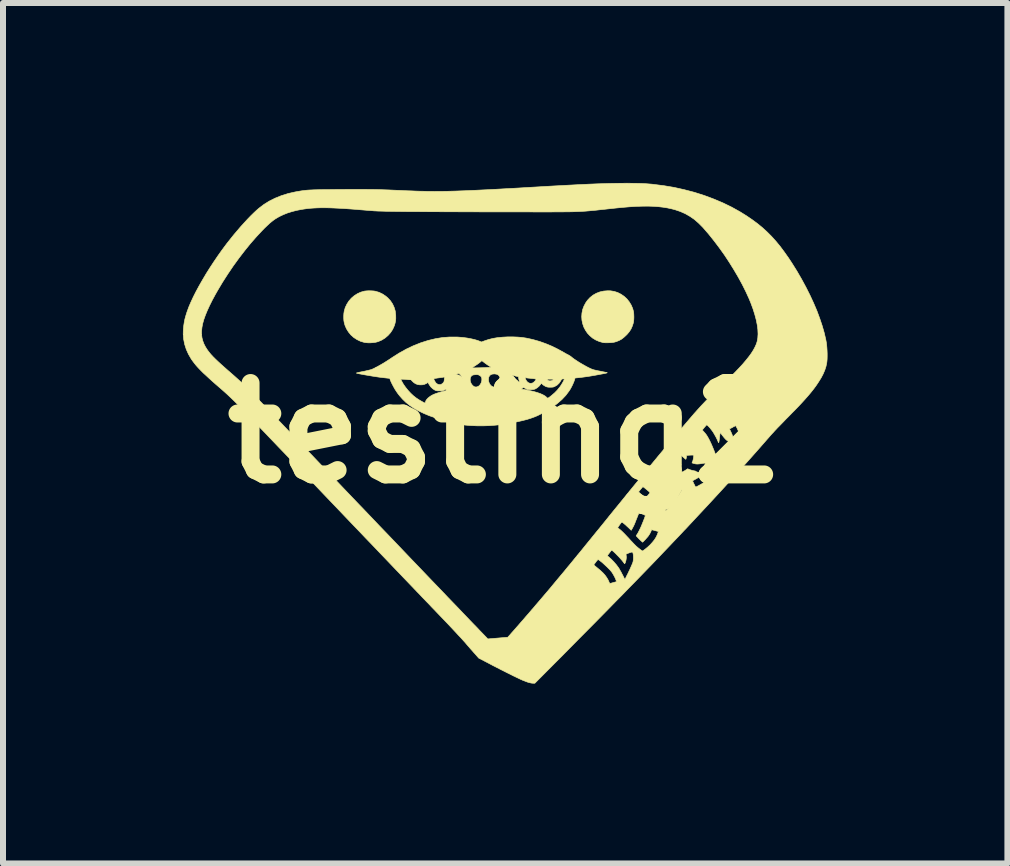
<source format=kicad_pcb>
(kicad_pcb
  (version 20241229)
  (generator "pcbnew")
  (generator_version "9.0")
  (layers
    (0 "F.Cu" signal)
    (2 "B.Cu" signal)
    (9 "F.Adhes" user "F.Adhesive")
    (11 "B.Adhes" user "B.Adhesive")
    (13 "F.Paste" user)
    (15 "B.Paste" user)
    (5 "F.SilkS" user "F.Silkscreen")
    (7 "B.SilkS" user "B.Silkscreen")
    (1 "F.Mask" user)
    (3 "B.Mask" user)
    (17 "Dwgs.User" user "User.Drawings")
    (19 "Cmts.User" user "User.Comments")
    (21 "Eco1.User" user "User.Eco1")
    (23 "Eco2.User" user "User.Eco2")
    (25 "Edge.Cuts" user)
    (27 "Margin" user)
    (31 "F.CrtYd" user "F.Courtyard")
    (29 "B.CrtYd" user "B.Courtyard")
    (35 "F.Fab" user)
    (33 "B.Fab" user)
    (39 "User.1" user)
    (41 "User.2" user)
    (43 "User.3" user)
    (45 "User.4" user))
  (footprint "testing2"
    (layer "F.Cu")
    (at 5.373 4.171)
    (property "Reference" "testing2" (at 0 0 0) (layer "F.SilkS") (effects (font (size 1.524 1.524) (thickness 0.3))))
    (attr through_hole)
    (fp_poly (pts (xy 1.757 -2.372) (xy 1.818 -2.362) (xy 1.877 -2.343) (xy 1.932 -2.315) (xy 1.983 -2.28) (xy 2.029 -2.238) (xy 2.068 -2.189) (xy 2.101 -2.135) (xy 2.126 -2.077) (xy 2.139 -2.029) (xy 2.143 -2.003) (xy 2.145 -1.97) (xy 2.146 -1.934) (xy 2.145 -1.898) (xy 2.142 -1.866) (xy 2.137 -1.839) (xy 2.137 -1.837) (xy 2.119 -1.782) (xy 2.098 -1.735) (xy 2.07 -1.691) (xy 2.035 -1.649) (xy 2.017 -1.631) (xy 1.978 -1.595) (xy 1.94 -1.566) (xy 1.9 -1.544) (xy 1.855 -1.526) (xy 1.821 -1.516) (xy 1.8 -1.512) (xy 1.773 -1.509) (xy 1.741 -1.507) (xy 1.708 -1.506) (xy 1.676 -1.506) (xy 1.65 -1.507) (xy 1.633 -1.509) (xy 1.569 -1.527) (xy 1.511 -1.552) (xy 1.458 -1.584) (xy 1.412 -1.623) (xy 1.371 -1.667) (xy 1.338 -1.716) (xy 1.311 -1.768) (xy 1.292 -1.824) (xy 1.28 -1.881) (xy 1.276 -1.941) (xy 1.28 -2) (xy 1.292 -2.06) (xy 1.314 -2.118) (xy 1.344 -2.174) (xy 1.372 -2.214) (xy 1.416 -2.261) (xy 1.465 -2.3) (xy 1.52 -2.331) (xy 1.58 -2.354) (xy 1.644 -2.368) (xy 1.711 -2.373) (xy 1.757 -2.372)) (stroke (width 0.01) (type solid)) (fill yes) (layer "F.SilkS"))
    (fp_poly (pts (xy -2.235 -2.372) (xy -2.198 -2.37) (xy -2.167 -2.366) (xy -2.165 -2.365) (xy -2.103 -2.347) (xy -2.045 -2.319) (xy -1.991 -2.283) (xy -1.957 -2.254) (xy -1.912 -2.205) (xy -1.877 -2.152) (xy -1.851 -2.095) (xy -1.833 -2.035) (xy -1.825 -1.969) (xy -1.825 -1.962) (xy -1.824 -1.915) (xy -1.827 -1.874) (xy -1.835 -1.835) (xy -1.846 -1.796) (xy -1.85 -1.786) (xy -1.876 -1.729) (xy -1.911 -1.675) (xy -1.953 -1.628) (xy -2.002 -1.586) (xy -2.056 -1.552) (xy -2.116 -1.526) (xy -2.14 -1.519) (xy -2.169 -1.512) (xy -2.206 -1.508) (xy -2.246 -1.505) (xy -2.285 -1.505) (xy -2.321 -1.508) (xy -2.349 -1.512) (xy -2.413 -1.531) (xy -2.471 -1.559) (xy -2.525 -1.594) (xy -2.573 -1.637) (xy -2.613 -1.686) (xy -2.647 -1.741) (xy -2.672 -1.8) (xy -2.685 -1.849) (xy -2.69 -1.879) (xy -2.692 -1.916) (xy -2.692 -1.955) (xy -2.69 -1.992) (xy -2.685 -2.025) (xy -2.684 -2.031) (xy -2.667 -2.092) (xy -2.64 -2.149) (xy -2.606 -2.202) (xy -2.565 -2.249) (xy -2.517 -2.29) (xy -2.464 -2.324) (xy -2.407 -2.35) (xy -2.346 -2.367) (xy -2.34 -2.368) (xy -2.31 -2.371) (xy -2.273 -2.373) (xy -2.235 -2.372)) (stroke (width 0.01) (type solid)) (fill yes) (layer "F.SilkS"))
    (fp_poly (pts (xy 0.204 -1.601) (xy 0.277 -1.595) (xy 0.35 -1.584) (xy 0.425 -1.568) (xy 0.475 -1.556) (xy 0.576 -1.527) (xy 0.679 -1.49) (xy 0.782 -1.447) (xy 0.881 -1.398) (xy 0.975 -1.346) (xy 0.998 -1.333) (xy 1.022 -1.319) (xy 1.044 -1.308) (xy 1.05 -1.305) (xy 1.071 -1.293) (xy 1.093 -1.279) (xy 1.106 -1.268) (xy 1.127 -1.251) (xy 1.156 -1.23) (xy 1.191 -1.207) (xy 1.229 -1.182) (xy 1.271 -1.157) (xy 1.313 -1.133) (xy 1.354 -1.11) (xy 1.392 -1.09) (xy 1.405 -1.084) (xy 1.424 -1.075) (xy 1.44 -1.068) (xy 1.456 -1.062) (xy 1.474 -1.056) (xy 1.494 -1.051) (xy 1.52 -1.045) (xy 1.553 -1.038) (xy 1.58 -1.033) (xy 1.614 -1.026) (xy 1.644 -1.02) (xy 1.669 -1.015) (xy 1.688 -1.011) (xy 1.699 -1.008) (xy 1.701 -1.008) (xy 1.702 -1.006) (xy 1.7 -1.005) (xy 1.695 -1.003) (xy 1.685 -1) (xy 1.669 -0.996) (xy 1.647 -0.992) (xy 1.617 -0.986) (xy 1.578 -0.979) (xy 1.563 -0.976) (xy 1.499 -0.964) (xy 1.435 -0.953) (xy 1.373 -0.943) (xy 1.314 -0.935) (xy 1.26 -0.928) (xy 1.214 -0.923) (xy 1.204 -0.922) (xy 1.165 -0.918) (xy 1.156 -0.886) (xy 1.147 -0.86) (xy 1.134 -0.829) (xy 1.118 -0.794) (xy 1.1 -0.759) (xy 1.082 -0.727) (xy 1.067 -0.704) (xy 1.011 -0.629) (xy 0.945 -0.559) (xy 0.87 -0.494) (xy 0.787 -0.434) (xy 0.725 -0.395) (xy 0.7 -0.381) (xy 0.675 -0.366) (xy 0.653 -0.352) (xy 0.639 -0.344) (xy 0.59 -0.316) (xy 0.54 -0.291) (xy 0.487 -0.269) (xy 0.429 -0.248) (xy 0.366 -0.228) (xy 0.296 -0.21) (xy 0.218 -0.192) (xy 0.135 -0.175) (xy 0.027 -0.156) (xy -0.074 -0.141) (xy -0.171 -0.131) (xy -0.266 -0.124) (xy -0.362 -0.121) (xy -0.462 -0.121) (xy -0.513 -0.123) (xy -0.585 -0.126) (xy -0.654 -0.132) (xy -0.721 -0.14) (xy -0.787 -0.151) (xy -0.856 -0.165) (xy -0.927 -0.182) (xy -1.003 -0.203) (xy -1.085 -0.228) (xy -1.163 -0.254) (xy -1.266 -0.29) (xy -1.359 -0.329) (xy -1.444 -0.37) (xy -1.52 -0.413) (xy -1.59 -0.46) (xy -1.653 -0.51) (xy -1.71 -0.565) (xy -1.762 -0.624) (xy -1.787 -0.656) (xy -1.813 -0.693) (xy -1.84 -0.735) (xy -1.864 -0.778) (xy -1.886 -0.82) (xy -1.905 -0.859) (xy -1.918 -0.893) (xy -1.919 -0.897) (xy -1.92 -0.899) (xy -1.743 -0.899) (xy -1.725 -0.865) (xy -1.697 -0.815) (xy -1.661 -0.764) (xy -1.62 -0.713) (xy -1.576 -0.665) (xy -1.53 -0.622) (xy -1.485 -0.587) (xy -1.481 -0.584) (xy -1.457 -0.568) (xy -1.432 -0.552) (xy -1.406 -0.537) (xy -1.383 -0.524) (xy -1.363 -0.513) (xy -1.347 -0.505) (xy -1.338 -0.502) (xy -1.336 -0.502) (xy -1.333 -0.509) (xy -1.328 -0.521) (xy -1.326 -0.528) (xy -1.32 -0.544) (xy -1.308 -0.561) (xy -1.29 -0.58) (xy -1.289 -0.582) (xy -1.262 -0.604) (xy -1.232 -0.625) (xy -1.197 -0.643) (xy -1.155 -0.66) (xy -1.105 -0.676) (xy -1.047 -0.692) (xy -1.035 -0.695) (xy -0.961 -0.714) (xy -0.97 -0.725) (xy -0.977 -0.733) (xy 0.27 -0.733) (xy 0.34 -0.722) (xy 0.411 -0.708) (xy 0.476 -0.693) (xy 0.535 -0.676) (xy 0.587 -0.658) (xy 0.631 -0.638) (xy 0.667 -0.617) (xy 0.693 -0.595) (xy 0.693 -0.595) (xy 0.699 -0.588) (xy 0.705 -0.584) (xy 0.711 -0.584) (xy 0.72 -0.587) (xy 0.731 -0.594) (xy 0.748 -0.607) (xy 0.771 -0.625) (xy 0.777 -0.63) (xy 0.826 -0.672) (xy 0.869 -0.716) (xy 0.908 -0.765) (xy 0.914 -0.772) (xy 0.927 -0.791) (xy 0.941 -0.813) (xy 0.955 -0.836) (xy 0.967 -0.858) (xy 0.977 -0.877) (xy 0.984 -0.892) (xy 0.986 -0.899) (xy 0.981 -0.903) (xy 0.967 -0.903) (xy 0.964 -0.903) (xy 0.952 -0.902) (xy 0.944 -0.898) (xy 0.937 -0.891) (xy 0.929 -0.877) (xy 0.926 -0.871) (xy 0.899 -0.832) (xy 0.867 -0.801) (xy 0.833 -0.781) (xy 0.817 -0.773) (xy 0.803 -0.768) (xy 0.788 -0.766) (xy 0.769 -0.765) (xy 0.752 -0.765) (xy 0.727 -0.765) (xy 0.71 -0.767) (xy 0.695 -0.77) (xy 0.679 -0.776) (xy 0.672 -0.779) (xy 0.653 -0.79) (xy 0.633 -0.803) (xy 0.622 -0.813) (xy 0.603 -0.833) (xy 0.589 -0.811) (xy 0.565 -0.782) (xy 0.535 -0.756) (xy 0.504 -0.737) (xy 0.488 -0.731) (xy 0.474 -0.727) (xy 0.457 -0.725) (xy 0.435 -0.724) (xy 0.426 -0.724) (xy 0.403 -0.724) (xy 0.386 -0.725) (xy 0.372 -0.728) (xy 0.358 -0.734) (xy 0.34 -0.743) (xy 0.303 -0.762) (xy 0.27 -0.733) (xy -0.977 -0.733) (xy -0.979 -0.736) (xy -1.011 -0.72) (xy -1.027 -0.712) (xy -1.04 -0.708) (xy -1.053 -0.705) (xy -1.07 -0.704) (xy -1.094 -0.704) (xy -1.119 -0.704) (xy -1.137 -0.705) (xy -1.151 -0.708) (xy -1.164 -0.713) (xy -1.175 -0.718) (xy -1.209 -0.74) (xy -1.24 -0.77) (xy -1.266 -0.806) (xy -1.269 -0.812) (xy -1.278 -0.827) (xy -1.284 -0.839) (xy -1.288 -0.843) (xy -1.288 -0.843) (xy -1.293 -0.841) (xy -1.303 -0.834) (xy -1.309 -0.83) (xy -1.342 -0.814) (xy -1.382 -0.805) (xy -1.422 -0.804) (xy -1.461 -0.81) (xy -1.495 -0.823) (xy -1.526 -0.844) (xy -1.546 -0.863) (xy -1.574 -0.892) (xy -1.658 -0.896) (xy -1.743 -0.899) (xy -1.92 -0.899) (xy -1.92 -0.901) (xy -1.189 -0.901) (xy -1.186 -0.89) (xy -1.178 -0.874) (xy -1.168 -0.856) (xy -1.157 -0.84) (xy -1.15 -0.832) (xy -1.127 -0.816) (xy -1.102 -0.808) (xy -1.077 -0.809) (xy -1.063 -0.815) (xy -1.051 -0.823) (xy -1.037 -0.835) (xy -1.033 -0.839) (xy -1.025 -0.849) (xy -1.02 -0.859) (xy -1.018 -0.868) (xy -0.908 -0.868) (xy -0.902 -0.833) (xy -0.888 -0.8) (xy -0.876 -0.783) (xy -0.852 -0.761) (xy -0.828 -0.749) (xy -0.803 -0.748) (xy -0.781 -0.754) (xy -0.764 -0.764) (xy -0.009 -0.764) (xy -0.007 -0.759) (xy 0.003 -0.757) (xy 0.008 -0.757) (xy 0.026 -0.757) (xy 0.014 -0.772) (xy 0.003 -0.788) (xy -0.003 -0.776) (xy -0.009 -0.764) (xy -0.764 -0.764) (xy -0.762 -0.766) (xy -0.743 -0.785) (xy -0.728 -0.809) (xy -0.718 -0.833) (xy -0.713 -0.867) (xy -0.715 -0.903) (xy -0.716 -0.905) (xy -0.583 -0.905) (xy -0.583 -0.878) (xy -0.577 -0.85) (xy -0.565 -0.823) (xy -0.547 -0.799) (xy -0.525 -0.779) (xy -0.521 -0.776) (xy -0.5 -0.769) (xy -0.476 -0.769) (xy -0.452 -0.777) (xy -0.438 -0.786) (xy -0.417 -0.808) (xy -0.401 -0.836) (xy -0.391 -0.868) (xy -0.389 -0.892) (xy -0.389 -0.892) (xy -0.279 -0.892) (xy -0.274 -0.856) (xy -0.261 -0.823) (xy -0.24 -0.795) (xy -0.221 -0.78) (xy -0.197 -0.769) (xy -0.171 -0.769) (xy -0.146 -0.777) (xy -0.133 -0.786) (xy -0.112 -0.809) (xy -0.096 -0.838) (xy -0.086 -0.871) (xy -0.084 -0.894) (xy -0.088 -0.926) (xy -0.09 -0.932) (xy 0.066 -0.932) (xy 0.07 -0.899) (xy 0.082 -0.868) (xy 0.1 -0.841) (xy 0.121 -0.822) (xy 0.146 -0.811) (xy 0.17 -0.809) (xy 0.195 -0.816) (xy 0.2 -0.819) (xy 0.215 -0.829) (xy 0.227 -0.84) (xy 0.229 -0.843) (xy 0.234 -0.851) (xy 0.236 -0.859) (xy 0.235 -0.871) (xy 0.231 -0.884) (xy 0.227 -0.902) (xy 0.224 -0.919) (xy 0.224 -0.92) (xy 0.333 -0.92) (xy 0.336 -0.91) (xy 0.338 -0.904) (xy 0.353 -0.874) (xy 0.372 -0.851) (xy 0.395 -0.836) (xy 0.42 -0.829) (xy 0.446 -0.832) (xy 0.463 -0.838) (xy 0.476 -0.848) (xy 0.49 -0.861) (xy 0.503 -0.876) (xy 0.511 -0.889) (xy 0.513 -0.896) (xy 0.694 -0.896) (xy 0.695 -0.893) (xy 0.696 -0.892) (xy 0.719 -0.876) (xy 0.744 -0.87) (xy 0.771 -0.873) (xy 0.791 -0.882) (xy 0.803 -0.889) (xy 0.811 -0.895) (xy 0.813 -0.897) (xy 0.808 -0.898) (xy 0.795 -0.898) (xy 0.776 -0.899) (xy 0.752 -0.899) (xy 0.751 -0.899) (xy 0.725 -0.899) (xy 0.708 -0.899) (xy 0.698 -0.897) (xy 0.694 -0.896) (xy 0.513 -0.896) (xy 0.513 -0.897) (xy 0.513 -0.899) (xy 0.511 -0.901) (xy 0.507 -0.903) (xy 0.498 -0.904) (xy 0.484 -0.906) (xy 0.464 -0.909) (xy 0.436 -0.911) (xy 0.404 -0.915) (xy 0.38 -0.917) (xy 0.36 -0.92) (xy 0.345 -0.922) (xy 0.339 -0.923) (xy 0.334 -0.923) (xy 0.333 -0.92) (xy 0.224 -0.92) (xy 0.224 -0.926) (xy 0.221 -0.937) (xy 0.212 -0.942) (xy 0.203 -0.944) (xy 0.186 -0.948) (xy 0.164 -0.953) (xy 0.139 -0.959) (xy 0.137 -0.96) (xy 0.109 -0.966) (xy 0.089 -0.97) (xy 0.076 -0.971) (xy 0.071 -0.969) (xy 0.07 -0.969) (xy 0.068 -0.961) (xy 0.067 -0.946) (xy 0.066 -0.932) (xy -0.09 -0.932) (xy -0.1 -0.952) (xy -0.118 -0.971) (xy -0.144 -0.982) (xy -0.177 -0.987) (xy -0.212 -0.984) (xy -0.24 -0.974) (xy -0.26 -0.957) (xy -0.273 -0.933) (xy -0.279 -0.902) (xy -0.279 -0.892) (xy -0.389 -0.892) (xy -0.391 -0.919) (xy -0.399 -0.938) (xy -0.415 -0.954) (xy -0.432 -0.964) (xy -0.446 -0.971) (xy -0.46 -0.974) (xy -0.477 -0.975) (xy -0.493 -0.974) (xy -0.514 -0.972) (xy -0.533 -0.969) (xy -0.545 -0.965) (xy -0.546 -0.965) (xy -0.565 -0.95) (xy -0.577 -0.93) (xy -0.583 -0.905) (xy -0.716 -0.905) (xy -0.726 -0.937) (xy -0.743 -0.966) (xy -0.754 -0.978) (xy -0.772 -0.995) (xy -0.827 -0.979) (xy -0.881 -0.962) (xy -0.893 -0.939) (xy -0.905 -0.904) (xy -0.908 -0.868) (xy -1.018 -0.868) (xy -1.017 -0.872) (xy -1.015 -0.891) (xy -1.014 -0.896) (xy -1.012 -0.936) (xy -1.026 -0.933) (xy -1.036 -0.931) (xy -1.054 -0.928) (xy -1.077 -0.925) (xy -1.098 -0.922) (xy -1.13 -0.918) (xy -1.153 -0.914) (xy -1.17 -0.912) (xy -1.18 -0.909) (xy -1.186 -0.907) (xy -1.188 -0.905) (xy -1.189 -0.902) (xy -1.189 -0.901) (xy -1.92 -0.901) (xy -1.924 -0.912) (xy -2.023 -0.923) (xy -2.058 -0.927) (xy -2.097 -0.932) (xy -2.139 -0.938) (xy -2.183 -0.945) (xy -2.228 -0.952) (xy -2.273 -0.96) (xy -2.317 -0.967) (xy -2.357 -0.974) (xy -2.394 -0.981) (xy -2.426 -0.987) (xy -2.452 -0.993) (xy -2.47 -0.997) (xy -2.48 -1) (xy -2.481 -1.001) (xy -2.477 -1.003) (xy -2.465 -1.006) (xy -2.445 -1.011) (xy -2.42 -1.017) (xy -2.39 -1.023) (xy -2.374 -1.026) (xy -2.339 -1.033) (xy -2.306 -1.041) (xy -2.276 -1.048) (xy -2.251 -1.054) (xy -2.233 -1.059) (xy -2.23 -1.06) (xy -2.199 -1.073) (xy -2.173 -1.086) (xy -0.556 -1.086) (xy -0.419 -1.089) (xy -0.381 -1.09) (xy -0.346 -1.091) (xy -0.314 -1.093) (xy -0.288 -1.094) (xy -0.269 -1.095) (xy -0.259 -1.096) (xy -0.236 -1.1) (xy -0.261 -1.115) (xy -0.275 -1.124) (xy -0.295 -1.137) (xy -0.317 -1.153) (xy -0.338 -1.168) (xy -0.389 -1.207) (xy -0.412 -1.187) (xy -0.424 -1.177) (xy -0.443 -1.163) (xy -0.466 -1.146) (xy -0.49 -1.13) (xy -0.495 -1.127) (xy -0.556 -1.086) (xy -2.173 -1.086) (xy -2.161 -1.092) (xy -2.118 -1.115) (xy -2.07 -1.142) (xy -2.019 -1.172) (xy -1.967 -1.205) (xy -1.913 -1.24) (xy -1.887 -1.258) (xy -1.769 -1.333) (xy -1.649 -1.4) (xy -1.529 -1.457) (xy -1.408 -1.505) (xy -1.286 -1.544) (xy -1.165 -1.573) (xy -1.045 -1.593) (xy -0.925 -1.602) (xy -0.807 -1.602) (xy -0.775 -1.6) (xy -0.705 -1.594) (xy -0.636 -1.585) (xy -0.571 -1.573) (xy -0.51 -1.559) (xy -0.456 -1.543) (xy -0.425 -1.531) (xy -0.395 -1.519) (xy -0.347 -1.537) (xy -0.278 -1.56) (xy -0.206 -1.578) (xy -0.13 -1.591) (xy -0.048 -1.599) (xy 0.042 -1.604) (xy 0.043 -1.604) (xy 0.127 -1.604) (xy 0.204 -1.601)) (stroke (width 0.01) (type solid)) (fill yes) (layer "F.SilkS"))
    (fp_poly (pts (xy 2.11 -4.165) (xy 2.177 -4.164) (xy 2.237 -4.163) (xy 2.293 -4.161) (xy 2.346 -4.158) (xy 2.398 -4.154) (xy 2.45 -4.15) (xy 2.471 -4.147) (xy 2.646 -4.125) (xy 2.818 -4.096) (xy 2.988 -4.058) (xy 3.156 -4.014) (xy 3.319 -3.962) (xy 3.477 -3.903) (xy 3.631 -3.838) (xy 3.777 -3.767) (xy 3.917 -3.689) (xy 4.023 -3.623) (xy 4.117 -3.559) (xy 4.205 -3.494) (xy 4.287 -3.427) (xy 4.365 -3.356) (xy 4.44 -3.281) (xy 4.513 -3.2) (xy 4.584 -3.114) (xy 4.654 -3.02) (xy 4.726 -2.918) (xy 4.78 -2.836) (xy 4.864 -2.702) (xy 4.942 -2.567) (xy 5.015 -2.432) (xy 5.082 -2.299) (xy 5.143 -2.167) (xy 5.198 -2.038) (xy 5.245 -1.911) (xy 5.286 -1.789) (xy 5.32 -1.671) (xy 5.346 -1.558) (xy 5.355 -1.509) (xy 5.36 -1.47) (xy 5.364 -1.425) (xy 5.367 -1.377) (xy 5.369 -1.327) (xy 5.369 -1.279) (xy 5.368 -1.234) (xy 5.365 -1.196) (xy 5.362 -1.173) (xy 5.349 -1.111) (xy 5.329 -1.049) (xy 5.302 -0.986) (xy 5.268 -0.921) (xy 5.225 -0.852) (xy 5.217 -0.84) (xy 5.187 -0.795) (xy 5.155 -0.751) (xy 5.12 -0.706) (xy 5.082 -0.659) (xy 5.041 -0.611) (xy 4.995 -0.559) (xy 4.944 -0.503) (xy 4.888 -0.443) (xy 4.825 -0.378) (xy 4.78 -0.333) (xy 4.727 -0.278) (xy 4.68 -0.231) (xy 4.639 -0.188) (xy 4.603 -0.151) (xy 4.571 -0.118) (xy 4.542 -0.089) (xy 4.517 -0.062) (xy 4.494 -0.038) (xy 4.473 -0.014) (xy 4.452 0.008) (xy 4.431 0.031) (xy 4.41 0.055) (xy 4.388 0.081) (xy 4.376 0.094) (xy 4.226 0.266) (xy 4.069 0.443) (xy 3.905 0.626) (xy 3.735 0.814) (xy 3.56 1.005) (xy 3.38 1.2) (xy 3.195 1.398) (xy 3.008 1.599) (xy 2.987 1.62) (xy 2.899 1.714) (xy 2.81 1.807) (xy 2.722 1.9) (xy 2.632 1.994) (xy 2.542 2.089) (xy 2.45 2.185) (xy 2.356 2.282) (xy 2.259 2.382) (xy 2.16 2.484) (xy 2.058 2.588) (xy 1.953 2.697) (xy 1.843 2.808) (xy 1.73 2.924) (xy 1.611 3.045) (xy 1.488 3.17) (xy 1.359 3.3) (xy 1.224 3.436) (xy 1.083 3.579) (xy 0.936 3.728) (xy 0.85 3.814) (xy 0.495 4.171) (xy 0.462 4.171) (xy 0.434 4.168) (xy 0.4 4.16) (xy 0.378 4.154) (xy 0.351 4.144) (xy 0.32 4.132) (xy 0.289 4.12) (xy 0.272 4.112) (xy 0.249 4.102) (xy 0.218 4.087) (xy 0.18 4.069) (xy 0.136 4.048) (xy 0.087 4.023) (xy 0.034 3.997) (xy -0.021 3.969) (xy -0.079 3.94) (xy -0.137 3.91) (xy -0.196 3.88) (xy -0.253 3.85) (xy -0.277 3.837) (xy -0.441 3.752) (xy -0.488 3.698) (xy -0.503 3.681) (xy -0.524 3.658) (xy -0.549 3.629) (xy -0.577 3.598) (xy -0.606 3.564) (xy -0.636 3.53) (xy -0.65 3.513) (xy -0.674 3.485) (xy -0.705 3.451) (xy -0.74 3.412) (xy -0.78 3.37) (xy -0.822 3.324) (xy -0.867 3.276) (xy -0.912 3.228) (xy -0.958 3.179) (xy -1.002 3.133) (xy -1.003 3.132) (xy -1.052 3.081) (xy -1.098 3.033) (xy -1.143 2.986) (xy -1.186 2.941) (xy -1.228 2.898) (xy -1.268 2.855) (xy -1.309 2.813) (xy -1.349 2.771) (xy -1.389 2.73) (xy -1.429 2.687) (xy -1.471 2.644) (xy -1.513 2.6) (xy -1.557 2.554) (xy -1.603 2.506) (xy -1.651 2.456) (xy -1.702 2.403) (xy -1.755 2.347) (xy -1.812 2.288) (xy -1.872 2.225) (xy -1.936 2.158) (xy -2.004 2.087) (xy -2.077 2.011) (xy -2.154 1.93) (xy -2.237 1.843) (xy -2.326 1.751) (xy -2.42 1.652) (xy -2.521 1.547) (xy -2.628 1.435) (xy -2.652 1.41) (xy -2.793 1.262) (xy -2.928 1.121) (xy -3.055 0.988) (xy -3.176 0.861) (xy -3.291 0.741) (xy -3.4 0.628) (xy -3.503 0.52) (xy -3.599 0.419) (xy -3.69 0.324) (xy -3.776 0.235) (xy -3.856 0.151) (xy -3.931 0.073) (xy -4 0.00045) (xy -4.065 -0.067) (xy -4.126 -0.13) (xy -4.181 -0.188) (xy -4.232 -0.241) (xy -4.279 -0.29) (xy -4.322 -0.335) (xy -4.361 -0.375) (xy -4.396 -0.412) (xy -4.409 -0.425) (xy -4.465 -0.482) (xy -4.519 -0.536) (xy -4.574 -0.589) (xy -4.63 -0.642) (xy -4.691 -0.697) (xy -4.758 -0.756) (xy -4.76 -0.757) (xy -4.828 -0.816) (xy -4.889 -0.87) (xy -4.943 -0.919) (xy -4.99 -0.963) (xy -5.033 -1.002) (xy -5.07 -1.039) (xy -5.103 -1.073) (xy -5.133 -1.105) (xy -5.159 -1.135) (xy -5.182 -1.164) (xy -5.204 -1.193) (xy -5.225 -1.222) (xy -5.234 -1.235) (xy -5.28 -1.314) (xy -5.317 -1.396) (xy -5.344 -1.48) (xy -5.361 -1.565) (xy -5.368 -1.652) (xy -5.367 -1.699) (xy -5.062 -1.699) (xy -5.062 -1.642) (xy -5.055 -1.588) (xy -5.041 -1.535) (xy -5.022 -1.485) (xy -4.996 -1.435) (xy -4.964 -1.385) (xy -4.936 -1.348) (xy -4.909 -1.315) (xy -4.876 -1.279) (xy -4.836 -1.239) (xy -4.79 -1.195) (xy -4.737 -1.146) (xy -4.676 -1.092) (xy -4.63 -1.051) (xy -4.569 -0.998) (xy -4.514 -0.95) (xy -4.465 -0.906) (xy -4.421 -0.866) (xy -4.381 -0.829) (xy -4.343 -0.793) (xy -4.307 -0.758) (xy -4.271 -0.723) (xy -4.239 -0.69) (xy -4.227 -0.678) (xy -4.214 -0.665) (xy -4.199 -0.649) (xy -4.182 -0.631) (xy -4.162 -0.611) (xy -4.14 -0.589) (xy -4.116 -0.563) (xy -4.089 -0.535) (xy -4.059 -0.504) (xy -4.026 -0.469) (xy -3.989 -0.431) (xy -3.949 -0.389) (xy -3.905 -0.344) (xy -3.858 -0.294) (xy -3.806 -0.24) (xy -3.75 -0.182) (xy -3.69 -0.119) (xy -3.625 -0.051) (xy -3.555 0.021) (xy -3.481 0.099) (xy -3.401 0.183) (xy -3.316 0.272) (xy -3.225 0.366) (xy -3.129 0.467) (xy -3.027 0.574) (xy -2.919 0.687) (xy -2.804 0.806) (xy -2.683 0.933) (xy -2.556 1.066) (xy -2.422 1.206) (xy -2.382 1.247) (xy -2.24 1.396) (xy -2.102 1.541) (xy -1.967 1.681) (xy -1.836 1.818) (xy -1.71 1.95) (xy -1.588 2.078) (xy -1.47 2.201) (xy -1.357 2.319) (xy -1.249 2.432) (xy -1.145 2.54) (xy -1.047 2.642) (xy -0.955 2.739) (xy -0.868 2.829) (xy -0.786 2.914) (xy -0.711 2.993) (xy -0.641 3.066) (xy -0.578 3.132) (xy -0.521 3.191) (xy -0.47 3.243) (xy -0.427 3.289) (xy -0.392 3.325) (xy -0.289 3.432) (xy -0.123 3.418) (xy 0.043 3.404) (xy 0.063 3.382) (xy 0.079 3.365) (xy 0.1 3.34) (xy 0.126 3.311) (xy 0.157 3.276) (xy 0.191 3.237) (xy 0.227 3.196) (xy 0.265 3.152) (xy 0.304 3.108) (xy 0.342 3.063) (xy 0.38 3.02) (xy 0.416 2.978) (xy 0.449 2.939) (xy 0.463 2.924) (xy 0.52 2.856) (xy 0.577 2.79) (xy 0.633 2.724) (xy 0.69 2.657) (xy 0.747 2.59) (xy 0.804 2.521) (xy 0.863 2.45) (xy 0.924 2.377) (xy 0.987 2.302) (xy 1.052 2.222) (xy 1.073 2.198) (xy 1.48 2.198) (xy 1.484 2.203) (xy 1.495 2.213) (xy 1.51 2.226) (xy 1.53 2.242) (xy 1.534 2.246) (xy 1.586 2.289) (xy 1.629 2.329) (xy 1.664 2.368) (xy 1.693 2.408) (xy 1.717 2.449) (xy 1.736 2.492) (xy 1.739 2.5) (xy 1.741 2.504) (xy 1.745 2.505) (xy 1.754 2.505) (xy 1.768 2.502) (xy 1.79 2.496) (xy 1.796 2.494) (xy 1.818 2.488) (xy 1.836 2.483) (xy 1.849 2.479) (xy 1.853 2.477) (xy 1.854 2.47) (xy 1.85 2.455) (xy 1.842 2.436) (xy 1.832 2.413) (xy 1.819 2.387) (xy 1.805 2.362) (xy 1.791 2.338) (xy 1.777 2.317) (xy 1.763 2.3) (xy 1.744 2.278) (xy 1.721 2.255) (xy 1.696 2.23) (xy 1.67 2.206) (xy 1.644 2.182) (xy 1.619 2.159) (xy 1.595 2.14) (xy 1.575 2.125) (xy 1.56 2.114) (xy 1.55 2.11) (xy 1.547 2.11) (xy 1.541 2.115) (xy 1.532 2.125) (xy 1.519 2.14) (xy 1.507 2.157) (xy 1.495 2.173) (xy 1.485 2.186) (xy 1.48 2.195) (xy 1.48 2.198) (xy 1.073 2.198) (xy 1.121 2.139) (xy 1.192 2.052) (xy 1.198 2.045) (xy 1.702 2.045) (xy 1.721 2.06) (xy 1.766 2.1) (xy 1.811 2.146) (xy 1.854 2.196) (xy 1.891 2.246) (xy 1.892 2.248) (xy 1.903 2.265) (xy 1.916 2.289) (xy 1.932 2.316) (xy 1.947 2.346) (xy 1.955 2.361) (xy 1.968 2.386) (xy 1.979 2.408) (xy 1.988 2.425) (xy 1.994 2.436) (xy 1.996 2.438) (xy 1.999 2.434) (xy 2.006 2.422) (xy 2.016 2.402) (xy 2.028 2.377) (xy 2.043 2.348) (xy 2.059 2.315) (xy 2.061 2.31) (xy 2.078 2.275) (xy 2.093 2.241) (xy 2.107 2.21) (xy 2.118 2.184) (xy 2.126 2.163) (xy 2.131 2.151) (xy 2.135 2.127) (xy 2.138 2.099) (xy 2.138 2.071) (xy 2.137 2.044) (xy 2.135 2.019) (xy 2.13 2) (xy 2.125 1.987) (xy 2.121 1.983) (xy 2.113 1.984) (xy 2.099 1.987) (xy 2.08 1.993) (xy 2.063 1.999) (xy 2.04 2.008) (xy 2.026 2.014) (xy 2.018 2.019) (xy 2.015 2.023) (xy 2.015 2.028) (xy 2.015 2.029) (xy 2.019 2.047) (xy 2.02 2.072) (xy 2.018 2.099) (xy 2.013 2.126) (xy 2.007 2.148) (xy 2.001 2.164) (xy 1.995 2.175) (xy 1.992 2.179) (xy 1.988 2.175) (xy 1.98 2.165) (xy 1.969 2.15) (xy 1.963 2.142) (xy 1.952 2.127) (xy 1.934 2.107) (xy 1.913 2.083) (xy 1.89 2.058) (xy 1.865 2.033) (xy 1.842 2.009) (xy 1.82 1.988) (xy 1.802 1.972) (xy 1.79 1.962) (xy 1.774 1.951) (xy 1.702 2.045) (xy 1.198 2.045) (xy 1.268 1.96) (xy 1.347 1.862) (xy 1.432 1.758) (xy 1.521 1.648) (xy 1.578 1.579) (xy 1.875 1.579) (xy 1.894 1.593) (xy 1.916 1.61) (xy 1.939 1.63) (xy 1.963 1.653) (xy 1.991 1.681) (xy 2.022 1.714) (xy 2.059 1.753) (xy 2.067 1.762) (xy 2.093 1.791) (xy 2.119 1.818) (xy 2.143 1.844) (xy 2.164 1.865) (xy 2.181 1.882) (xy 2.19 1.89) (xy 2.213 1.91) (xy 2.236 1.928) (xy 2.256 1.944) (xy 2.273 1.956) (xy 2.285 1.964) (xy 2.289 1.966) (xy 2.295 1.963) (xy 2.308 1.955) (xy 2.323 1.944) (xy 2.33 1.939) (xy 2.375 1.902) (xy 2.418 1.862) (xy 2.456 1.82) (xy 2.489 1.779) (xy 2.514 1.739) (xy 2.519 1.731) (xy 2.527 1.713) (xy 2.536 1.694) (xy 2.543 1.675) (xy 2.549 1.658) (xy 2.553 1.647) (xy 2.553 1.642) (xy 2.548 1.64) (xy 2.535 1.636) (xy 2.518 1.631) (xy 2.498 1.626) (xy 2.478 1.62) (xy 2.46 1.616) (xy 2.447 1.613) (xy 2.441 1.611) (xy 2.441 1.611) (xy 2.439 1.617) (xy 2.435 1.628) (xy 2.432 1.636) (xy 2.411 1.679) (xy 2.381 1.724) (xy 2.34 1.77) (xy 2.339 1.772) (xy 2.292 1.82) (xy 2.265 1.796) (xy 2.247 1.779) (xy 2.227 1.759) (xy 2.211 1.742) (xy 2.184 1.713) (xy 2.203 1.683) (xy 2.213 1.667) (xy 2.225 1.644) (xy 2.238 1.619) (xy 2.248 1.598) (xy 2.258 1.578) (xy 2.269 1.553) (xy 2.281 1.524) (xy 2.293 1.494) (xy 2.305 1.465) (xy 2.316 1.436) (xy 2.325 1.412) (xy 2.332 1.392) (xy 2.336 1.379) (xy 2.337 1.375) (xy 2.332 1.371) (xy 2.321 1.364) (xy 2.304 1.357) (xy 2.285 1.349) (xy 2.265 1.342) (xy 2.248 1.336) (xy 2.236 1.334) (xy 2.23 1.334) (xy 2.227 1.34) (xy 2.221 1.354) (xy 2.213 1.374) (xy 2.203 1.399) (xy 2.196 1.417) (xy 2.179 1.459) (xy 2.166 1.493) (xy 2.154 1.522) (xy 2.143 1.546) (xy 2.132 1.567) (xy 2.121 1.588) (xy 2.12 1.589) (xy 2.102 1.621) (xy 2.053 1.574) (xy 2.031 1.554) (xy 2.01 1.534) (xy 1.99 1.517) (xy 1.974 1.504) (xy 1.962 1.494) (xy 1.953 1.488) (xy 1.945 1.487) (xy 1.938 1.491) (xy 1.93 1.5) (xy 1.918 1.516) (xy 1.903 1.537) (xy 1.875 1.579) (xy 1.578 1.579) (xy 1.616 1.532) (xy 1.717 1.407) (xy 1.727 1.394) (xy 1.839 1.256) (xy 1.894 1.189) (xy 2.032 1.189) (xy 2.042 1.202) (xy 2.066 1.226) (xy 2.096 1.245) (xy 2.128 1.256) (xy 2.153 1.26) (xy 2.167 1.259) (xy 2.173 1.257) (xy 2.173 1.251) (xy 2.173 1.248) (xy 2.171 1.238) (xy 2.169 1.221) (xy 2.169 1.219) (xy 2.59 1.219) (xy 2.604 1.231) (xy 2.63 1.253) (xy 2.649 1.268) (xy 2.662 1.279) (xy 2.671 1.286) (xy 2.677 1.289) (xy 2.68 1.29) (xy 2.68 1.29) (xy 2.685 1.287) (xy 2.695 1.276) (xy 2.71 1.261) (xy 2.727 1.242) (xy 2.738 1.228) (xy 2.785 1.174) (xy 2.824 1.126) (xy 2.856 1.085) (xy 2.874 1.062) (xy 2.887 1.042) (xy 2.901 1.021) (xy 2.915 1) (xy 2.927 0.98) (xy 2.936 0.965) (xy 2.941 0.954) (xy 2.941 0.952) (xy 2.937 0.948) (xy 2.926 0.94) (xy 2.909 0.93) (xy 2.891 0.92) (xy 2.84 0.894) (xy 2.832 0.908) (xy 2.815 0.935) (xy 2.797 0.962) (xy 2.778 0.989) (xy 2.756 1.019) (xy 2.731 1.051) (xy 2.701 1.087) (xy 2.666 1.129) (xy 2.64 1.16) (xy 2.59 1.219) (xy 2.169 1.219) (xy 2.167 1.2) (xy 2.166 1.195) (xy 2.164 1.173) (xy 2.162 1.159) (xy 2.158 1.15) (xy 2.151 1.142) (xy 2.145 1.136) (xy 2.134 1.127) (xy 2.126 1.121) (xy 2.124 1.12) (xy 2.118 1.123) (xy 2.107 1.131) (xy 2.091 1.143) (xy 2.076 1.155) (xy 2.032 1.189) (xy 1.894 1.189) (xy 1.945 1.126) (xy 2.046 1.002) (xy 2.063 0.981) (xy 2.225 0.981) (xy 2.229 0.986) (xy 2.239 0.995) (xy 2.253 1.008) (xy 2.27 1.023) (xy 2.289 1.039) (xy 2.307 1.054) (xy 2.323 1.067) (xy 2.335 1.076) (xy 2.342 1.081) (xy 2.342 1.081) (xy 2.347 1.077) (xy 2.356 1.066) (xy 2.368 1.052) (xy 2.375 1.044) (xy 2.389 1.027) (xy 2.401 1.012) (xy 2.41 1.002) (xy 2.412 1) (xy 2.413 0.996) (xy 2.412 0.992) (xy 2.407 0.985) (xy 2.397 0.974) (xy 2.38 0.96) (xy 2.36 0.943) (xy 2.339 0.926) (xy 2.321 0.911) (xy 2.307 0.901) (xy 2.298 0.896) (xy 2.296 0.895) (xy 2.291 0.899) (xy 2.282 0.91) (xy 2.27 0.924) (xy 2.256 0.94) (xy 2.244 0.956) (xy 2.233 0.969) (xy 2.226 0.978) (xy 2.225 0.981) (xy 2.063 0.981) (xy 2.141 0.885) (xy 2.215 0.795) (xy 3.125 0.795) (xy 3.126 0.8) (xy 3.131 0.812) (xy 3.139 0.828) (xy 3.147 0.846) (xy 3.157 0.865) (xy 3.165 0.881) (xy 3.172 0.894) (xy 3.176 0.899) (xy 3.177 0.899) (xy 3.183 0.897) (xy 3.196 0.891) (xy 3.214 0.882) (xy 3.225 0.876) (xy 3.245 0.865) (xy 3.268 0.852) (xy 3.292 0.838) (xy 3.316 0.824) (xy 3.338 0.81) (xy 3.357 0.799) (xy 3.371 0.79) (xy 3.378 0.785) (xy 3.378 0.784) (xy 3.376 0.78) (xy 3.369 0.769) (xy 3.359 0.754) (xy 3.348 0.736) (xy 3.336 0.719) (xy 3.326 0.703) (xy 3.318 0.692) (xy 3.315 0.687) (xy 3.31 0.689) (xy 3.299 0.695) (xy 3.282 0.705) (xy 3.262 0.717) (xy 3.261 0.718) (xy 3.235 0.733) (xy 3.208 0.749) (xy 3.182 0.764) (xy 3.167 0.772) (xy 3.149 0.782) (xy 3.135 0.79) (xy 3.127 0.794) (xy 3.125 0.795) (xy 2.215 0.795) (xy 2.231 0.775) (xy 2.317 0.67) (xy 2.398 0.571) (xy 2.476 0.476) (xy 2.534 0.406) (xy 2.802 0.406) (xy 2.805 0.411) (xy 2.815 0.421) (xy 2.829 0.435) (xy 2.847 0.452) (xy 2.866 0.469) (xy 2.885 0.487) (xy 2.903 0.502) (xy 2.911 0.509) (xy 2.934 0.528) (xy 2.913 0.536) (xy 2.895 0.543) (xy 2.877 0.547) (xy 2.874 0.547) (xy 2.855 0.55) (xy 2.855 0.667) (xy 2.887 0.664) (xy 2.91 0.661) (xy 2.935 0.654) (xy 2.948 0.65) (xy 2.968 0.641) (xy 2.991 0.629) (xy 3.01 0.617) (xy 3.043 0.595) (xy 3.065 0.605) (xy 3.088 0.613) (xy 3.118 0.622) (xy 3.149 0.629) (xy 3.166 0.632) (xy 3.179 0.636) (xy 3.185 0.641) (xy 3.185 0.642) (xy 3.189 0.647) (xy 3.203 0.65) (xy 3.219 0.652) (xy 3.241 0.654) (xy 3.263 0.657) (xy 3.277 0.658) (xy 3.299 0.661) (xy 3.319 0.581) (xy 3.325 0.554) (xy 3.33 0.531) (xy 3.334 0.513) (xy 3.336 0.502) (xy 3.336 0.5) (xy 3.331 0.5) (xy 3.317 0.502) (xy 3.298 0.505) (xy 3.275 0.508) (xy 3.274 0.509) (xy 3.237 0.514) (xy 3.207 0.516) (xy 3.182 0.515) (xy 3.157 0.51) (xy 3.139 0.505) (xy 3.115 0.497) (xy 3.125 0.475) (xy 3.129 0.462) (xy 3.134 0.444) (xy 3.138 0.423) (xy 3.141 0.402) (xy 3.143 0.384) (xy 3.144 0.372) (xy 3.143 0.367) (xy 3.137 0.367) (xy 3.123 0.367) (xy 3.103 0.367) (xy 3.081 0.368) (xy 3.023 0.372) (xy 3.023 0.391) (xy 3.021 0.408) (xy 3.018 0.423) (xy 3.017 0.424) (xy 3.012 0.438) (xy 2.991 0.421) (xy 2.979 0.41) (xy 2.961 0.395) (xy 2.942 0.377) (xy 2.926 0.362) (xy 2.882 0.32) (xy 2.842 0.361) (xy 2.826 0.378) (xy 2.813 0.392) (xy 2.804 0.402) (xy 2.802 0.406) (xy 2.534 0.406) (xy 2.55 0.386) (xy 2.621 0.301) (xy 2.69 0.219) (xy 2.756 0.14) (xy 2.82 0.064) (xy 2.882 -0.01) (xy 2.916 -0.051) (xy 3.286 -0.051) (xy 3.315 -0.019) (xy 3.336 0.005) (xy 3.356 0.031) (xy 3.375 0.061) (xy 3.394 0.095) (xy 3.414 0.134) (xy 3.435 0.179) (xy 3.458 0.232) (xy 3.483 0.293) (xy 3.487 0.305) (xy 3.506 0.353) (xy 3.522 0.392) (xy 3.535 0.423) (xy 3.545 0.447) (xy 3.553 0.465) (xy 3.559 0.477) (xy 3.563 0.484) (xy 3.566 0.487) (xy 3.567 0.488) (xy 3.573 0.486) (xy 3.586 0.48) (xy 3.604 0.471) (xy 3.618 0.464) (xy 3.638 0.454) (xy 3.654 0.446) (xy 3.664 0.441) (xy 3.667 0.439) (xy 3.666 0.434) (xy 3.663 0.422) (xy 3.661 0.414) (xy 3.656 0.392) (xy 3.653 0.363) (xy 3.653 0.331) (xy 3.656 0.298) (xy 3.66 0.269) (xy 3.665 0.25) (xy 3.671 0.248) (xy 3.682 0.252) (xy 3.698 0.259) (xy 3.717 0.27) (xy 3.736 0.282) (xy 3.754 0.295) (xy 3.769 0.307) (xy 3.77 0.308) (xy 3.794 0.332) (xy 3.819 0.311) (xy 3.855 0.278) (xy 3.882 0.245) (xy 3.902 0.211) (xy 3.903 0.209) (xy 3.911 0.192) (xy 3.916 0.176) (xy 3.919 0.159) (xy 3.92 0.137) (xy 3.921 0.123) (xy 3.921 0.096) (xy 3.92 0.075) (xy 3.917 0.055) (xy 3.912 0.032) (xy 3.91 0.026) (xy 3.904 0.008) (xy 3.896 -0.014) (xy 3.886 -0.038) (xy 3.875 -0.062) (xy 3.865 -0.084) (xy 3.855 -0.102) (xy 3.848 -0.116) (xy 3.843 -0.122) (xy 3.843 -0.122) (xy 3.837 -0.12) (xy 3.825 -0.114) (xy 3.807 -0.105) (xy 3.79 -0.095) (xy 3.74 -0.069) (xy 3.76 -0.029) (xy 3.782 0.021) (xy 3.797 0.065) (xy 3.804 0.104) (xy 3.803 0.136) (xy 3.797 0.155) (xy 3.79 0.173) (xy 3.753 0.155) (xy 3.726 0.14) (xy 3.705 0.127) (xy 3.687 0.114) (xy 3.67 0.097) (xy 3.651 0.076) (xy 3.636 0.057) (xy 3.62 0.037) (xy 3.607 0.019) (xy 3.597 0.006) (xy 3.591 -0.001) (xy 3.591 -0.002) (xy 3.586 -0.005) (xy 3.585 -0.005) (xy 3.583 0.001) (xy 3.581 0.015) (xy 3.579 0.035) (xy 3.576 0.06) (xy 3.574 0.076) (xy 3.57 0.111) (xy 3.566 0.136) (xy 3.563 0.152) (xy 3.56 0.159) (xy 3.557 0.159) (xy 3.553 0.152) (xy 3.547 0.135) (xy 3.537 0.112) (xy 3.524 0.085) (xy 3.509 0.056) (xy 3.493 0.028) (xy 3.478 0.002) (xy 3.466 -0.018) (xy 3.451 -0.039) (xy 3.434 -0.061) (xy 3.417 -0.083) (xy 3.399 -0.103) (xy 3.383 -0.119) (xy 3.371 -0.131) (xy 3.362 -0.137) (xy 3.361 -0.137) (xy 3.356 -0.133) (xy 3.346 -0.123) (xy 3.333 -0.108) (xy 3.321 -0.094) (xy 3.286 -0.051) (xy 2.916 -0.051) (xy 2.943 -0.082) (xy 2.949 -0.089) (xy 3.007 -0.157) (xy 3.06 -0.219) (xy 3.107 -0.274) (xy 3.151 -0.325) (xy 3.192 -0.371) (xy 3.23 -0.413) (xy 3.267 -0.454) (xy 3.303 -0.492) (xy 3.339 -0.53) (xy 3.376 -0.569) (xy 3.416 -0.608) (xy 3.458 -0.649) (xy 3.503 -0.694) (xy 3.553 -0.742) (xy 3.608 -0.794) (xy 3.66 -0.844) (xy 3.747 -0.927) (xy 3.825 -1.006) (xy 3.896 -1.08) (xy 3.959 -1.148) (xy 4.014 -1.213) (xy 4.062 -1.273) (xy 4.103 -1.329) (xy 4.137 -1.382) (xy 4.164 -1.432) (xy 4.185 -1.478) (xy 4.2 -1.522) (xy 4.201 -1.527) (xy 4.212 -1.586) (xy 4.216 -1.651) (xy 4.213 -1.724) (xy 4.203 -1.802) (xy 4.186 -1.887) (xy 4.162 -1.977) (xy 4.132 -2.072) (xy 4.095 -2.172) (xy 4.067 -2.24) (xy 4.014 -2.356) (xy 3.954 -2.476) (xy 3.887 -2.599) (xy 3.814 -2.723) (xy 3.737 -2.847) (xy 3.656 -2.97) (xy 3.571 -3.089) (xy 3.484 -3.204) (xy 3.397 -3.313) (xy 3.309 -3.415) (xy 3.293 -3.433) (xy 3.224 -3.502) (xy 3.154 -3.563) (xy 3.08 -3.614) (xy 3.003 -3.658) (xy 2.919 -3.695) (xy 2.83 -3.725) (xy 2.776 -3.739) (xy 2.707 -3.754) (xy 2.633 -3.766) (xy 2.555 -3.775) (xy 2.472 -3.781) (xy 2.383 -3.784) (xy 2.288 -3.783) (xy 2.186 -3.78) (xy 2.075 -3.773) (xy 1.957 -3.763) (xy 1.836 -3.751) (xy 1.773 -3.744) (xy 1.715 -3.738) (xy 1.661 -3.732) (xy 1.611 -3.727) (xy 1.566 -3.722) (xy 1.523 -3.717) (xy 1.482 -3.713) (xy 1.444 -3.71) (xy 1.407 -3.706) (xy 1.371 -3.703) (xy 1.336 -3.7) (xy 1.3 -3.698) (xy 1.264 -3.696) (xy 1.227 -3.694) (xy 1.188 -3.693) (xy 1.147 -3.691) (xy 1.103 -3.69) (xy 1.056 -3.689) (xy 1.005 -3.689) (xy 0.95 -3.688) (xy 0.89 -3.688) (xy 0.825 -3.688) (xy 0.753 -3.687) (xy 0.676 -3.687) (xy 0.591 -3.687) (xy 0.499 -3.687) (xy 0.399 -3.688) (xy 0.291 -3.688) (xy 0.173 -3.688) (xy 0.046 -3.688) (xy 0.028 -3.688) (xy -0.168 -3.688) (xy -0.354 -3.688) (xy -0.53 -3.689) (xy -0.696 -3.689) (xy -0.853 -3.69) (xy -1.001 -3.69) (xy -1.139 -3.691) (xy -1.268 -3.691) (xy -1.388 -3.692) (xy -1.499 -3.693) (xy -1.602 -3.693) (xy -1.696 -3.694) (xy -1.782 -3.695) (xy -1.859 -3.696) (xy -1.929 -3.697) (xy -1.99 -3.698) (xy -2.044 -3.7) (xy -2.09 -3.701) (xy -2.129 -3.702) (xy -2.161 -3.704) (xy -2.185 -3.705) (xy -2.187 -3.705) (xy -2.217 -3.708) (xy -2.255 -3.711) (xy -2.299 -3.714) (xy -2.347 -3.718) (xy -2.396 -3.722) (xy -2.446 -3.726) (xy -2.477 -3.729) (xy -2.585 -3.737) (xy -2.684 -3.744) (xy -2.776 -3.749) (xy -2.859 -3.753) (xy -2.936 -3.756) (xy -3.008 -3.757) (xy -3.074 -3.757) (xy -3.136 -3.755) (xy -3.196 -3.752) (xy -3.253 -3.748) (xy -3.308 -3.742) (xy -3.364 -3.734) (xy -3.401 -3.728) (xy -3.478 -3.713) (xy -3.555 -3.693) (xy -3.629 -3.67) (xy -3.697 -3.643) (xy -3.758 -3.614) (xy -3.759 -3.614) (xy -3.796 -3.593) (xy -3.831 -3.572) (xy -3.864 -3.549) (xy -3.897 -3.523) (xy -3.932 -3.494) (xy -3.969 -3.459) (xy -4.011 -3.419) (xy -4.049 -3.38) (xy -4.147 -3.275) (xy -4.246 -3.162) (xy -4.344 -3.041) (xy -4.44 -2.916) (xy -4.535 -2.785) (xy -4.625 -2.652) (xy -4.711 -2.518) (xy -4.791 -2.384) (xy -4.83 -2.316) (xy -4.883 -2.218) (xy -4.928 -2.128) (xy -4.967 -2.043) (xy -4.999 -1.965) (xy -5.025 -1.892) (xy -5.044 -1.824) (xy -5.056 -1.76) (xy -5.062 -1.699) (xy -5.367 -1.699) (xy -5.365 -1.738) (xy -5.359 -1.795) (xy -5.351 -1.847) (xy -5.341 -1.898) (xy -5.327 -1.95) (xy -5.309 -2.008) (xy -5.301 -2.031) (xy -5.274 -2.105) (xy -5.239 -2.186) (xy -5.199 -2.272) (xy -5.153 -2.363) (xy -5.102 -2.457) (xy -5.046 -2.555) (xy -4.987 -2.655) (xy -4.924 -2.755) (xy -4.857 -2.857) (xy -4.789 -2.957) (xy -4.718 -3.057) (xy -4.646 -3.154) (xy -4.635 -3.168) (xy -4.581 -3.236) (xy -4.526 -3.305) (xy -4.468 -3.373) (xy -4.411 -3.44) (xy -4.353 -3.504) (xy -4.297 -3.565) (xy -4.243 -3.621) (xy -4.192 -3.671) (xy -4.145 -3.715) (xy -4.107 -3.748) (xy -4.023 -3.812) (xy -3.933 -3.868) (xy -3.835 -3.917) (xy -3.731 -3.959) (xy -3.619 -3.994) (xy -3.5 -4.021) (xy -3.414 -4.036) (xy -3.388 -4.04) (xy -3.364 -4.043) (xy -3.339 -4.046) (xy -3.314 -4.049) (xy -3.288 -4.051) (xy -3.26 -4.053) (xy -3.228 -4.054) (xy -3.193 -4.056) (xy -3.154 -4.057) (xy -3.11 -4.058) (xy -3.06 -4.059) (xy -3.003 -4.06) (xy -2.939 -4.06) (xy -2.867 -4.061) (xy -2.786 -4.062) (xy -2.713 -4.062) (xy -2.621 -4.063) (xy -2.539 -4.063) (xy -2.465 -4.063) (xy -2.397 -4.063) (xy -2.334 -4.063) (xy -2.275 -4.062) (xy -2.219 -4.062) (xy -2.165 -4.061) (xy -2.111 -4.06) (xy -2.057 -4.058) (xy -2 -4.056) (xy -1.94 -4.054) (xy -1.876 -4.051) (xy -1.805 -4.048) (xy -1.728 -4.045) (xy -1.697 -4.043) (xy -1.627 -4.04) (xy -1.559 -4.038) (xy -1.494 -4.035) (xy -1.43 -4.033) (xy -1.367 -4.032) (xy -1.304 -4.03) (xy -1.241 -4.03) (xy -1.177 -4.029) (xy -1.112 -4.03) (xy -1.045 -4.03) (xy -0.976 -4.031) (xy -0.904 -4.033) (xy -0.828 -4.035) (xy -0.749 -4.038) (xy -0.665 -4.041) (xy -0.575 -4.045) (xy -0.48 -4.049) (xy -0.379 -4.054) (xy -0.271 -4.059) (xy -0.155 -4.065) (xy -0.032 -4.072) (xy 0.1 -4.079) (xy 0.241 -4.087) (xy 0.391 -4.096) (xy 0.406 -4.097) (xy 0.549 -4.105) (xy 0.681 -4.113) (xy 0.805 -4.12) (xy 0.92 -4.126) (xy 1.027 -4.132) (xy 1.127 -4.137) (xy 1.22 -4.142) (xy 1.307 -4.146) (xy 1.389 -4.15) (xy 1.465 -4.153) (xy 1.537 -4.156) (xy 1.604 -4.158) (xy 1.669 -4.16) (xy 1.73 -4.162) (xy 1.789 -4.163) (xy 1.847 -4.164) (xy 1.903 -4.165) (xy 1.959 -4.165) (xy 2.015 -4.166) (xy 2.035 -4.166) (xy 2.11 -4.165)) (stroke (width 0.01) (type solid)) (fill yes) (layer "F.SilkS")))
  (gr_rect
    (start -3 -3)
    (end 13.747 11.347)
    (stroke (width 0.1) (type default))
    (fill no)
    (layer "Edge.Cuts")))
</source>
